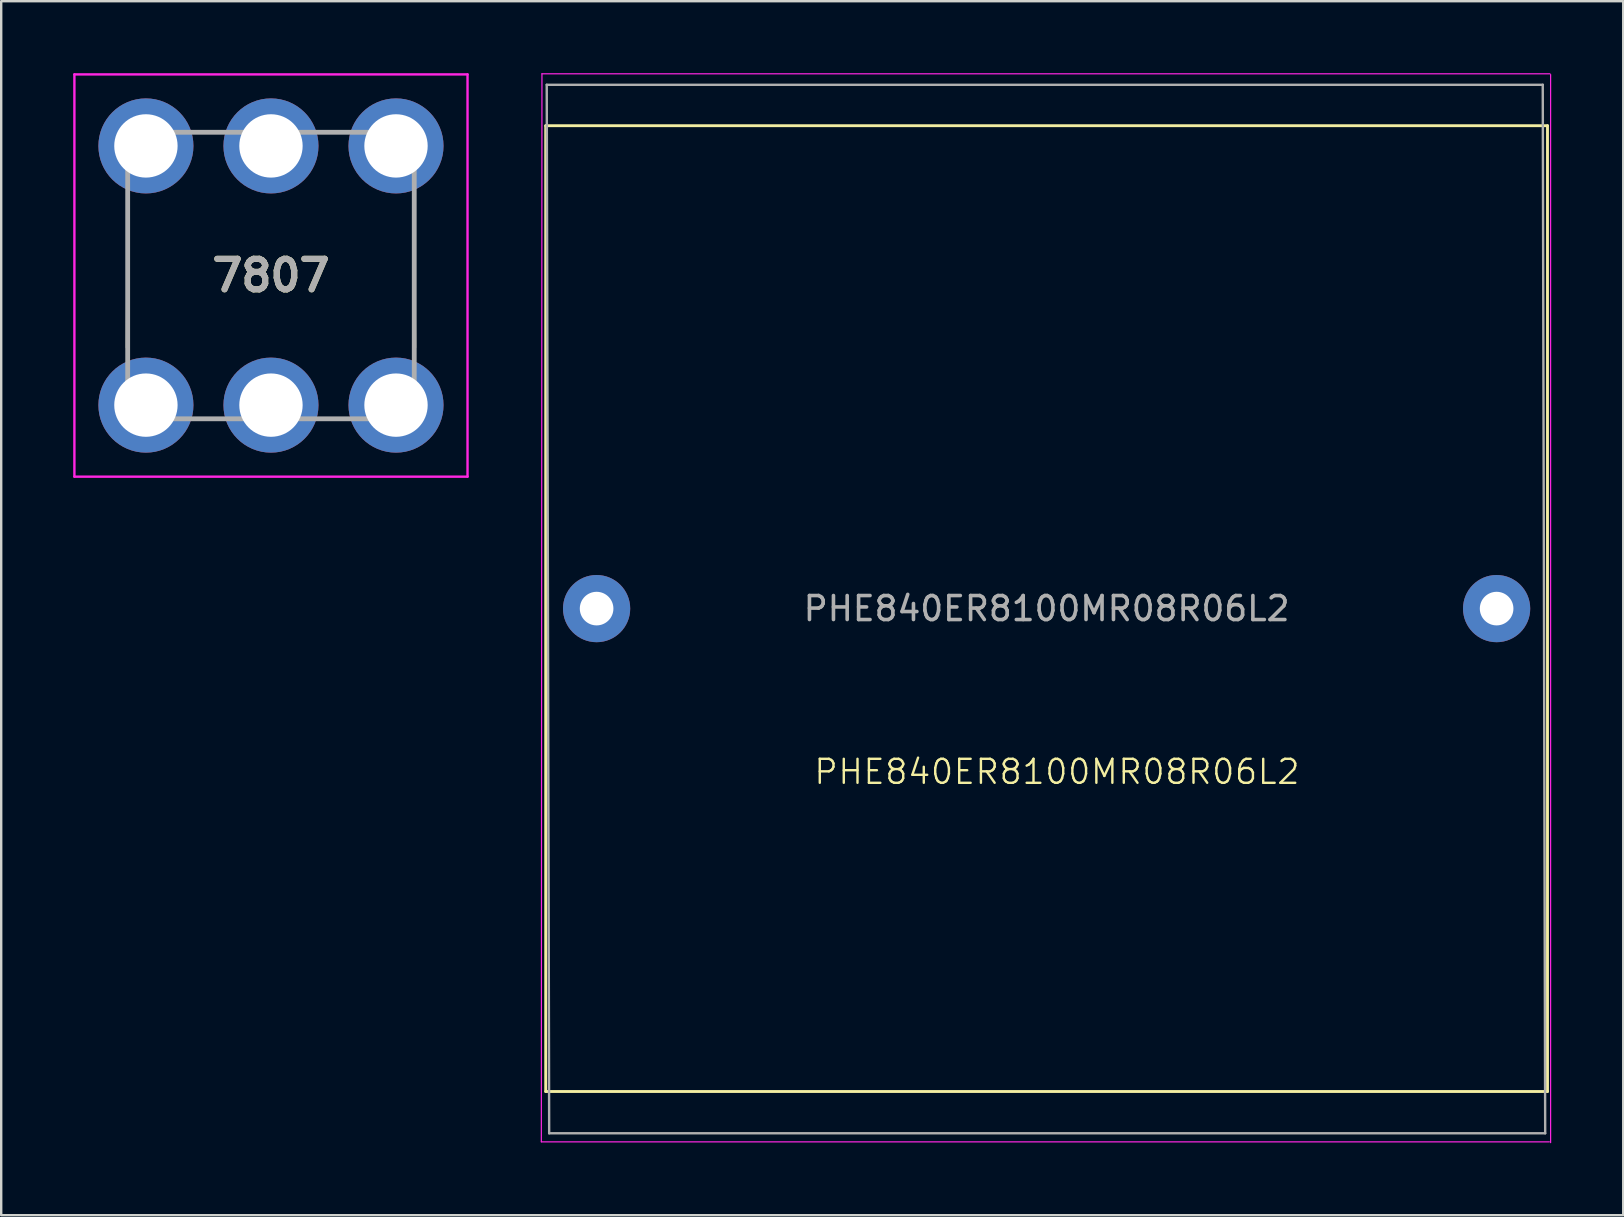
<source format=kicad_pcb>
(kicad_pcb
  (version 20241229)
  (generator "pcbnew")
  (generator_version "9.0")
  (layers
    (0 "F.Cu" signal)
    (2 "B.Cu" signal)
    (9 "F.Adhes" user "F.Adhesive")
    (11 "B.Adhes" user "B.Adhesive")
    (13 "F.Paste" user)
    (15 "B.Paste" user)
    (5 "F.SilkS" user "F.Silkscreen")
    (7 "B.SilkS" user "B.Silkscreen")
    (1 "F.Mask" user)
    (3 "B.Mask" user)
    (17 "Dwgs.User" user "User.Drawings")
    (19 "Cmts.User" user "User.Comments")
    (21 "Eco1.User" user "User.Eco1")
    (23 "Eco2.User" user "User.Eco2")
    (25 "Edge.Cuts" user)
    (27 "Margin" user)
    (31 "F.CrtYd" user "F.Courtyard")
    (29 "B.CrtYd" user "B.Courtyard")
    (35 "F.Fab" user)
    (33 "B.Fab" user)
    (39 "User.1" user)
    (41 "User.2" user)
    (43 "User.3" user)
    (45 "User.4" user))
  (footprint "PHE840ER8100MR08R06L2"
    (layer "F.Cu")
    (at 40.988 21.488)
    (property "Reference" "PHE840ER8100MR08R06L2" (at 0 7.62 0) (unlocked yes) (layer "F.SilkS") (effects (font (size 1 1) (thickness 0.1))))
    (attr smd)
    (fp_line (start -21.3 -19.3) (end -21.3 20.94) (stroke (width 0.12) (type solid)) (layer "F.SilkS"))
    (fp_line (start -21.3 -19.3) (end 20.44 -19.3) (stroke (width 0.12) (type solid)) (layer "F.SilkS"))
    (fp_line (start -21.3 20.94) (end 20.44 20.94) (stroke (width 0.12) (type solid)) (layer "F.SilkS"))
    (fp_line (start 20.44 -19.3) (end 20.44 20.94) (stroke (width 0.12) (type solid)) (layer "F.SilkS"))
    (fp_line (start -21.483 23.038) (end 20.517 23.038) (stroke (width 0.05) (type solid)) (layer "F.CrtYd"))
    (fp_line (start -21.457 -21.463) (end -21.483 23.038) (stroke (width 0.05) (type solid)) (layer "F.CrtYd"))
    (fp_line (start 20.543 -21.463) (end -21.457 -21.463) (stroke (width 0.05) (type solid)) (layer "F.CrtYd"))
    (fp_line (start 20.57 23.07) (end 20.57 -21.43) (stroke (width 0.05) (type solid)) (layer "F.CrtYd"))
    (fp_line (start -21.258 -21.006) (end -21.156 22.682) (stroke (width 0.1) (type solid)) (layer "F.Fab"))
    (fp_line (start -21.156 22.682) (end 20.344 22.682) (stroke (width 0.1) (type solid)) (layer "F.Fab"))
    (fp_line (start 20.242 -21.006) (end -21.258 -21.006) (stroke (width 0.1) (type solid)) (layer "F.Fab"))
    (fp_line (start 20.344 22.682) (end 20.242 -21.006) (stroke (width 0.1) (type solid)) (layer "F.Fab"))
    (fp_text user "${REFERENCE}" (at -0.43 0.82 0) (layer "F.Fab") (effects (font (size 1 1) (thickness 0.15))))
    (pad "1" thru_hole circle (at -19.18 0.82) (size 2.8 2.8) (drill 1.4) (layers "*.Cu" "*.Mask"))
    (pad "2" thru_hole circle (at 18.32 0.82) (size 2.8 2.8) (drill 1.4) (layers "*.Cu" "*.Mask")))
  (footprint "7807"
    (layer "F.Cu")
    (at 3.03 13.83)
    (property "Reference" "7807" (at 5.21 -5.4 0) (layer "F.SilkS") (effects (font (size 1.27 1.27) (thickness 0.254))))
    (attr through_hole)
    (fp_line (start -0.76 -8.4) (end -0.79 -2.4) (stroke (width 0.1) (type solid)) (layer "F.SilkS"))
    (fp_line (start 11.18 -8.4) (end 11.21 -2.4) (stroke (width 0.1) (type solid)) (layer "F.SilkS"))
    (fp_line (start -2.98 -13.78) (end 13.4 -13.78) (stroke (width 0.1) (type solid)) (layer "F.CrtYd"))
    (fp_line (start -2.98 2.98) (end -2.98 -13.78) (stroke (width 0.1) (type solid)) (layer "F.CrtYd"))
    (fp_line (start 13.4 -13.78) (end 13.4 2.98) (stroke (width 0.1) (type solid)) (layer "F.CrtYd"))
    (fp_line (start 13.4 2.98) (end -2.98 2.98) (stroke (width 0.1) (type solid)) (layer "F.CrtYd"))
    (fp_line (start -0.76 -11.37) (end 11.18 -11.37) (stroke (width 0.2) (type solid)) (layer "F.Fab"))
    (fp_line (start -0.76 0.57) (end -0.76 -11.37) (stroke (width 0.2) (type solid)) (layer "F.Fab"))
    (fp_line (start 11.18 -11.37) (end 11.18 0.57) (stroke (width 0.2) (type solid)) (layer "F.Fab"))
    (fp_line (start 11.18 0.57) (end -0.76 0.57) (stroke (width 0.2) (type solid)) (layer "F.Fab"))
    (fp_text user "${REFERENCE}" (at 5.21 -5.4 0) (layer "F.Fab") (effects (font (size 1.27 1.27) (thickness 0.254))))
    (pad "1" thru_hole circle (at 0 0) (size 3.96 3.96) (drill 2.64) (layers "*.Cu" "*.Mask"))
    (pad "2" thru_hole circle (at 0 -10.8) (size 3.96 3.96) (drill 2.64) (layers "*.Cu" "*.Mask"))
    (pad "3" thru_hole circle (at 5.21 0) (size 3.96 3.96) (drill 2.64) (layers "*.Cu" "*.Mask"))
    (pad "4" thru_hole circle (at 5.21 -10.8) (size 3.96 3.96) (drill 2.64) (layers "*.Cu" "*.Mask"))
    (pad "5" thru_hole circle (at 10.42 0) (size 3.96 3.96) (drill 2.64) (layers "*.Cu" "*.Mask"))
    (pad "6" thru_hole circle (at 10.42 -10.8) (size 3.96 3.96) (drill 2.64) (layers "*.Cu" "*.Mask")))
  (gr_rect
    (start -3 -3)
    (end 64.583 47.583)
    (stroke (width 0.1) (type default))
    (fill no)
    (layer "Edge.Cuts")))
</source>
